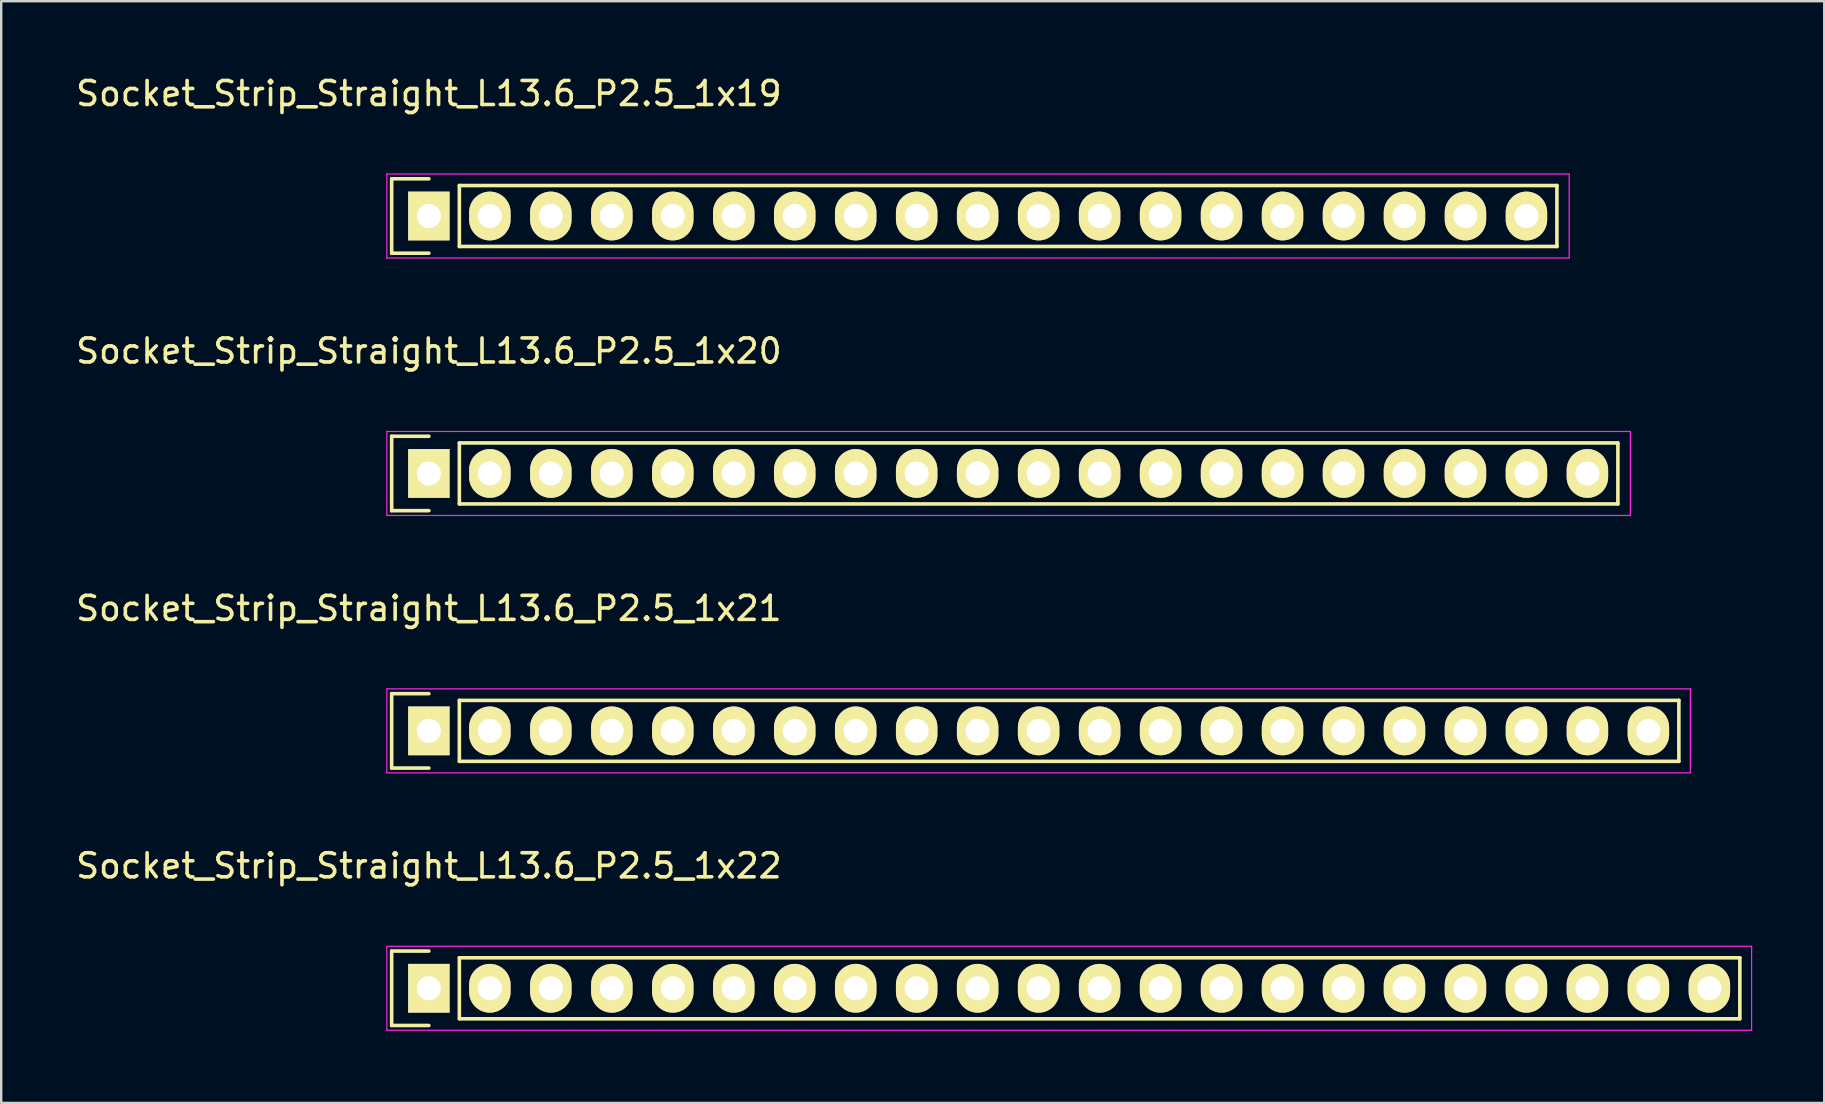
<source format=kicad_pcb>
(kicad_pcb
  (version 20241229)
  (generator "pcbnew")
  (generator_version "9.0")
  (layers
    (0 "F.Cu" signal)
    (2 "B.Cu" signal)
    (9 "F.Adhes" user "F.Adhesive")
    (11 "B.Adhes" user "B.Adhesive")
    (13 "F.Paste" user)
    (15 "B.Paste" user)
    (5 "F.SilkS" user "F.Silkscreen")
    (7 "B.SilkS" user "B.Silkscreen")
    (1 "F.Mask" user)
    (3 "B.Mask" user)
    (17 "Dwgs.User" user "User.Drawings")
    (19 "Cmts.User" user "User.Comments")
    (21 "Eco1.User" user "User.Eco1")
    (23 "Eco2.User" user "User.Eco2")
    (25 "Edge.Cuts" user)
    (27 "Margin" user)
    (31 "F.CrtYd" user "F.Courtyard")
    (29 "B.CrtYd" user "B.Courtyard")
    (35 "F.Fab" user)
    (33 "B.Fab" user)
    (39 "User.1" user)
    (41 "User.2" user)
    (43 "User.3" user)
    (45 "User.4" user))
  (footprint "Socket_Strip_Straight_L13.6_P2.5_1x22"
    (layer "F.Cu")
    (at 14.815 38.118)
    (property "Reference" "Socket_Strip_Straight_L13.6_P2.5_1x22" (at 0 -5.1 0) (layer "F.SilkS") (effects (font (size 1 1) (thickness 0.15))))
    (attr through_hole)
    (fp_line (start -1.55 -1.55) (end -1.55 1.55) (stroke (width 0.15) (type solid)) (layer "F.SilkS"))
    (fp_line (start -1.55 1.55) (end 0 1.55) (stroke (width 0.15) (type solid)) (layer "F.SilkS"))
    (fp_line (start 0 -1.55) (end -1.55 -1.55) (stroke (width 0.15) (type solid)) (layer "F.SilkS"))
    (fp_line (start 1.27 -1.27) (end 54.61 -1.27) (stroke (width 0.15) (type solid)) (layer "F.SilkS"))
    (fp_line (start 1.27 1.27) (end 1.27 -1.27) (stroke (width 0.15) (type solid)) (layer "F.SilkS"))
    (fp_line (start 54.61 -1.27) (end 54.61 1.27) (stroke (width 0.15) (type solid)) (layer "F.SilkS"))
    (fp_line (start 54.61 1.27) (end 1.27 1.27) (stroke (width 0.15) (type solid)) (layer "F.SilkS"))
    (fp_line (start -1.75 -1.75) (end -1.75 1.75) (stroke (width 0.05) (type solid)) (layer "F.CrtYd"))
    (fp_line (start -1.75 -1.75) (end 55.1 -1.75) (stroke (width 0.05) (type solid)) (layer "F.CrtYd"))
    (fp_line (start -1.75 1.75) (end 55.1 1.75) (stroke (width 0.05) (type solid)) (layer "F.CrtYd"))
    (fp_line (start 55.1 -1.75) (end 55.1 1.75) (stroke (width 0.05) (type solid)) (layer "F.CrtYd"))
    (pad "1" thru_hole rect (at 0 0) (size 1.727 2.032) (drill 1) (layers "*.Cu" "*.Mask" "F.SilkS"))
    (pad "2" thru_hole oval (at 2.54 0) (size 1.727 2.032) (drill 1) (layers "*.Cu" "*.Mask" "F.SilkS"))
    (pad "3" thru_hole oval (at 5.08 0) (size 1.727 2.032) (drill 1) (layers "*.Cu" "*.Mask" "F.SilkS"))
    (pad "4" thru_hole oval (at 7.62 0) (size 1.727 2.032) (drill 1) (layers "*.Cu" "*.Mask" "F.SilkS"))
    (pad "5" thru_hole oval (at 10.16 0) (size 1.727 2.032) (drill 1) (layers "*.Cu" "*.Mask" "F.SilkS"))
    (pad "6" thru_hole oval (at 12.7 0) (size 1.727 2.032) (drill 1) (layers "*.Cu" "*.Mask" "F.SilkS"))
    (pad "7" thru_hole oval (at 15.24 0) (size 1.727 2.032) (drill 1) (layers "*.Cu" "*.Mask" "F.SilkS"))
    (pad "8" thru_hole oval (at 17.78 0) (size 1.727 2.032) (drill 1) (layers "*.Cu" "*.Mask" "F.SilkS"))
    (pad "9" thru_hole oval (at 20.32 0) (size 1.727 2.032) (drill 1) (layers "*.Cu" "*.Mask" "F.SilkS"))
    (pad "10" thru_hole oval (at 22.86 0) (size 1.727 2.032) (drill 1) (layers "*.Cu" "*.Mask" "F.SilkS"))
    (pad "11" thru_hole oval (at 25.4 0) (size 1.727 2.032) (drill 1) (layers "*.Cu" "*.Mask" "F.SilkS"))
    (pad "12" thru_hole oval (at 27.94 0) (size 1.727 2.032) (drill 1) (layers "*.Cu" "*.Mask" "F.SilkS"))
    (pad "13" thru_hole oval (at 30.48 0) (size 1.727 2.032) (drill 1) (layers "*.Cu" "*.Mask" "F.SilkS"))
    (pad "14" thru_hole oval (at 33.02 0) (size 1.727 2.032) (drill 1) (layers "*.Cu" "*.Mask" "F.SilkS"))
    (pad "15" thru_hole oval (at 35.56 0) (size 1.727 2.032) (drill 1) (layers "*.Cu" "*.Mask" "F.SilkS"))
    (pad "16" thru_hole oval (at 38.1 0) (size 1.727 2.032) (drill 1) (layers "*.Cu" "*.Mask" "F.SilkS"))
    (pad "17" thru_hole oval (at 40.64 0) (size 1.727 2.032) (drill 1) (layers "*.Cu" "*.Mask" "F.SilkS"))
    (pad "18" thru_hole oval (at 43.18 0) (size 1.727 2.032) (drill 1) (layers "*.Cu" "*.Mask" "F.SilkS"))
    (pad "19" thru_hole oval (at 45.72 0) (size 1.727 2.032) (drill 1) (layers "*.Cu" "*.Mask" "F.SilkS"))
    (pad "20" thru_hole oval (at 48.26 0) (size 1.727 2.032) (drill 1) (layers "*.Cu" "*.Mask" "F.SilkS"))
    (pad "21" thru_hole oval (at 50.8 0) (size 1.727 2.032) (drill 1) (layers "*.Cu" "*.Mask" "F.SilkS"))
    (pad "22" thru_hole oval (at 53.34 0) (size 1.727 2.032) (drill 1) (layers "*.Cu" "*.Mask" "F.SilkS")))
  (footprint "Socket_Strip_Straight_L13.6_P2.5_1x20"
    (layer "F.Cu")
    (at 14.815 16.672)
    (property "Reference" "Socket_Strip_Straight_L13.6_P2.5_1x20" (at 0 -5.1 0) (layer "F.SilkS") (effects (font (size 1 1) (thickness 0.15))))
    (attr through_hole)
    (fp_line (start -1.55 -1.55) (end -1.55 1.55) (stroke (width 0.15) (type solid)) (layer "F.SilkS"))
    (fp_line (start -1.55 1.55) (end 0 1.55) (stroke (width 0.15) (type solid)) (layer "F.SilkS"))
    (fp_line (start 0 -1.55) (end -1.55 -1.55) (stroke (width 0.15) (type solid)) (layer "F.SilkS"))
    (fp_line (start 1.27 1.27) (end 1.27 -1.27) (stroke (width 0.15) (type solid)) (layer "F.SilkS"))
    (fp_line (start 1.27 1.27) (end 49.53 1.27) (stroke (width 0.15) (type solid)) (layer "F.SilkS"))
    (fp_line (start 49.53 -1.27) (end 1.27 -1.27) (stroke (width 0.15) (type solid)) (layer "F.SilkS"))
    (fp_line (start 49.53 1.27) (end 49.53 -1.27) (stroke (width 0.15) (type solid)) (layer "F.SilkS"))
    (fp_line (start -1.75 -1.75) (end -1.75 1.75) (stroke (width 0.05) (type solid)) (layer "F.CrtYd"))
    (fp_line (start -1.75 -1.75) (end 50.05 -1.75) (stroke (width 0.05) (type solid)) (layer "F.CrtYd"))
    (fp_line (start -1.75 1.75) (end 50.05 1.75) (stroke (width 0.05) (type solid)) (layer "F.CrtYd"))
    (fp_line (start 50.05 -1.75) (end 50.05 1.75) (stroke (width 0.05) (type solid)) (layer "F.CrtYd"))
    (pad "1" thru_hole rect (at 0 0) (size 1.727 2.032) (drill 1) (layers "*.Cu" "*.Mask" "F.SilkS"))
    (pad "2" thru_hole oval (at 2.54 0) (size 1.727 2.032) (drill 1) (layers "*.Cu" "*.Mask" "F.SilkS"))
    (pad "3" thru_hole oval (at 5.08 0) (size 1.727 2.032) (drill 1) (layers "*.Cu" "*.Mask" "F.SilkS"))
    (pad "4" thru_hole oval (at 7.62 0) (size 1.727 2.032) (drill 1) (layers "*.Cu" "*.Mask" "F.SilkS"))
    (pad "5" thru_hole oval (at 10.16 0) (size 1.727 2.032) (drill 1) (layers "*.Cu" "*.Mask" "F.SilkS"))
    (pad "6" thru_hole oval (at 12.7 0) (size 1.727 2.032) (drill 1) (layers "*.Cu" "*.Mask" "F.SilkS"))
    (pad "7" thru_hole oval (at 15.24 0) (size 1.727 2.032) (drill 1) (layers "*.Cu" "*.Mask" "F.SilkS"))
    (pad "8" thru_hole oval (at 17.78 0) (size 1.727 2.032) (drill 1) (layers "*.Cu" "*.Mask" "F.SilkS"))
    (pad "9" thru_hole oval (at 20.32 0) (size 1.727 2.032) (drill 1) (layers "*.Cu" "*.Mask" "F.SilkS"))
    (pad "10" thru_hole oval (at 22.86 0) (size 1.727 2.032) (drill 1) (layers "*.Cu" "*.Mask" "F.SilkS"))
    (pad "11" thru_hole oval (at 25.4 0) (size 1.727 2.032) (drill 1) (layers "*.Cu" "*.Mask" "F.SilkS"))
    (pad "12" thru_hole oval (at 27.94 0) (size 1.727 2.032) (drill 1) (layers "*.Cu" "*.Mask" "F.SilkS"))
    (pad "13" thru_hole oval (at 30.48 0) (size 1.727 2.032) (drill 1) (layers "*.Cu" "*.Mask" "F.SilkS"))
    (pad "14" thru_hole oval (at 33.02 0) (size 1.727 2.032) (drill 1) (layers "*.Cu" "*.Mask" "F.SilkS"))
    (pad "15" thru_hole oval (at 35.56 0) (size 1.727 2.032) (drill 1) (layers "*.Cu" "*.Mask" "F.SilkS"))
    (pad "16" thru_hole oval (at 38.1 0) (size 1.727 2.032) (drill 1) (layers "*.Cu" "*.Mask" "F.SilkS"))
    (pad "17" thru_hole oval (at 40.64 0) (size 1.727 2.032) (drill 1) (layers "*.Cu" "*.Mask" "F.SilkS"))
    (pad "18" thru_hole oval (at 43.18 0) (size 1.727 2.032) (drill 1) (layers "*.Cu" "*.Mask" "F.SilkS"))
    (pad "19" thru_hole oval (at 45.72 0) (size 1.727 2.032) (drill 1) (layers "*.Cu" "*.Mask" "F.SilkS"))
    (pad "20" thru_hole oval (at 48.26 0) (size 1.727 2.032) (drill 1) (layers "*.Cu" "*.Mask" "F.SilkS")))
  (footprint "Socket_Strip_Straight_L13.6_P2.5_1x21"
    (layer "F.Cu")
    (at 14.815 27.395)
    (property "Reference" "Socket_Strip_Straight_L13.6_P2.5_1x21" (at 0 -5.1 0) (layer "F.SilkS") (effects (font (size 1 1) (thickness 0.15))))
    (attr through_hole)
    (fp_line (start -1.55 -1.55) (end -1.55 1.55) (stroke (width 0.15) (type solid)) (layer "F.SilkS"))
    (fp_line (start -1.55 1.55) (end 0 1.55) (stroke (width 0.15) (type solid)) (layer "F.SilkS"))
    (fp_line (start 0 -1.55) (end -1.55 -1.55) (stroke (width 0.15) (type solid)) (layer "F.SilkS"))
    (fp_line (start 1.27 1.27) (end 1.27 -1.27) (stroke (width 0.15) (type solid)) (layer "F.SilkS"))
    (fp_line (start 1.27 1.27) (end 52.07 1.27) (stroke (width 0.15) (type solid)) (layer "F.SilkS"))
    (fp_line (start 52.07 -1.27) (end 1.27 -1.27) (stroke (width 0.15) (type solid)) (layer "F.SilkS"))
    (fp_line (start 52.07 1.27) (end 52.07 -1.27) (stroke (width 0.15) (type solid)) (layer "F.SilkS"))
    (fp_line (start -1.75 -1.75) (end -1.75 1.75) (stroke (width 0.05) (type solid)) (layer "F.CrtYd"))
    (fp_line (start -1.75 -1.75) (end 52.55 -1.75) (stroke (width 0.05) (type solid)) (layer "F.CrtYd"))
    (fp_line (start -1.75 1.75) (end 52.55 1.75) (stroke (width 0.05) (type solid)) (layer "F.CrtYd"))
    (fp_line (start 52.55 -1.75) (end 52.55 1.75) (stroke (width 0.05) (type solid)) (layer "F.CrtYd"))
    (pad "1" thru_hole rect (at 0 0) (size 1.727 2.032) (drill 1) (layers "*.Cu" "*.Mask" "F.SilkS"))
    (pad "2" thru_hole oval (at 2.54 0) (size 1.727 2.032) (drill 1) (layers "*.Cu" "*.Mask" "F.SilkS"))
    (pad "3" thru_hole oval (at 5.08 0) (size 1.727 2.032) (drill 1) (layers "*.Cu" "*.Mask" "F.SilkS"))
    (pad "4" thru_hole oval (at 7.62 0) (size 1.727 2.032) (drill 1) (layers "*.Cu" "*.Mask" "F.SilkS"))
    (pad "5" thru_hole oval (at 10.16 0) (size 1.727 2.032) (drill 1) (layers "*.Cu" "*.Mask" "F.SilkS"))
    (pad "6" thru_hole oval (at 12.7 0) (size 1.727 2.032) (drill 1) (layers "*.Cu" "*.Mask" "F.SilkS"))
    (pad "7" thru_hole oval (at 15.24 0) (size 1.727 2.032) (drill 1) (layers "*.Cu" "*.Mask" "F.SilkS"))
    (pad "8" thru_hole oval (at 17.78 0) (size 1.727 2.032) (drill 1) (layers "*.Cu" "*.Mask" "F.SilkS"))
    (pad "9" thru_hole oval (at 20.32 0) (size 1.727 2.032) (drill 1) (layers "*.Cu" "*.Mask" "F.SilkS"))
    (pad "10" thru_hole oval (at 22.86 0) (size 1.727 2.032) (drill 1) (layers "*.Cu" "*.Mask" "F.SilkS"))
    (pad "11" thru_hole oval (at 25.4 0) (size 1.727 2.032) (drill 1) (layers "*.Cu" "*.Mask" "F.SilkS"))
    (pad "12" thru_hole oval (at 27.94 0) (size 1.727 2.032) (drill 1) (layers "*.Cu" "*.Mask" "F.SilkS"))
    (pad "13" thru_hole oval (at 30.48 0) (size 1.727 2.032) (drill 1) (layers "*.Cu" "*.Mask" "F.SilkS"))
    (pad "14" thru_hole oval (at 33.02 0) (size 1.727 2.032) (drill 1) (layers "*.Cu" "*.Mask" "F.SilkS"))
    (pad "15" thru_hole oval (at 35.56 0) (size 1.727 2.032) (drill 1) (layers "*.Cu" "*.Mask" "F.SilkS"))
    (pad "16" thru_hole oval (at 38.1 0) (size 1.727 2.032) (drill 1) (layers "*.Cu" "*.Mask" "F.SilkS"))
    (pad "17" thru_hole oval (at 40.64 0) (size 1.727 2.032) (drill 1) (layers "*.Cu" "*.Mask" "F.SilkS"))
    (pad "18" thru_hole oval (at 43.18 0) (size 1.727 2.032) (drill 1) (layers "*.Cu" "*.Mask" "F.SilkS"))
    (pad "19" thru_hole oval (at 45.72 0) (size 1.727 2.032) (drill 1) (layers "*.Cu" "*.Mask" "F.SilkS"))
    (pad "20" thru_hole oval (at 48.26 0) (size 1.727 2.032) (drill 1) (layers "*.Cu" "*.Mask" "F.SilkS"))
    (pad "21" thru_hole oval (at 50.8 0) (size 1.727 2.032) (drill 1) (layers "*.Cu" "*.Mask" "F.SilkS")))
  (footprint "Socket_Strip_Straight_L13.6_P2.5_1x19"
    (layer "F.Cu")
    (at 14.815 5.948)
    (property "Reference" "Socket_Strip_Straight_L13.6_P2.5_1x19" (at 0 -5.1 0) (layer "F.SilkS") (effects (font (size 1 1) (thickness 0.15))))
    (attr through_hole)
    (fp_line (start -1.55 -1.55) (end -1.55 1.55) (stroke (width 0.15) (type solid)) (layer "F.SilkS"))
    (fp_line (start -1.55 1.55) (end 0 1.55) (stroke (width 0.15) (type solid)) (layer "F.SilkS"))
    (fp_line (start 0 -1.55) (end -1.55 -1.55) (stroke (width 0.15) (type solid)) (layer "F.SilkS"))
    (fp_line (start 1.27 1.27) (end 1.27 -1.27) (stroke (width 0.15) (type solid)) (layer "F.SilkS"))
    (fp_line (start 1.27 1.27) (end 46.99 1.27) (stroke (width 0.15) (type solid)) (layer "F.SilkS"))
    (fp_line (start 46.99 -1.27) (end 1.27 -1.27) (stroke (width 0.15) (type solid)) (layer "F.SilkS"))
    (fp_line (start 46.99 1.27) (end 46.99 -1.27) (stroke (width 0.15) (type solid)) (layer "F.SilkS"))
    (fp_line (start -1.75 -1.75) (end -1.75 1.75) (stroke (width 0.05) (type solid)) (layer "F.CrtYd"))
    (fp_line (start -1.75 -1.75) (end 47.5 -1.75) (stroke (width 0.05) (type solid)) (layer "F.CrtYd"))
    (fp_line (start -1.75 1.75) (end 47.5 1.75) (stroke (width 0.05) (type solid)) (layer "F.CrtYd"))
    (fp_line (start 47.5 -1.75) (end 47.5 1.75) (stroke (width 0.05) (type solid)) (layer "F.CrtYd"))
    (pad "1" thru_hole rect (at 0 0) (size 1.727 2.032) (drill 1) (layers "*.Cu" "*.Mask" "F.SilkS"))
    (pad "2" thru_hole oval (at 2.54 0) (size 1.727 2.032) (drill 1) (layers "*.Cu" "*.Mask" "F.SilkS"))
    (pad "3" thru_hole oval (at 5.08 0) (size 1.727 2.032) (drill 1) (layers "*.Cu" "*.Mask" "F.SilkS"))
    (pad "4" thru_hole oval (at 7.62 0) (size 1.727 2.032) (drill 1) (layers "*.Cu" "*.Mask" "F.SilkS"))
    (pad "5" thru_hole oval (at 10.16 0) (size 1.727 2.032) (drill 1) (layers "*.Cu" "*.Mask" "F.SilkS"))
    (pad "6" thru_hole oval (at 12.7 0) (size 1.727 2.032) (drill 1) (layers "*.Cu" "*.Mask" "F.SilkS"))
    (pad "7" thru_hole oval (at 15.24 0) (size 1.727 2.032) (drill 1) (layers "*.Cu" "*.Mask" "F.SilkS"))
    (pad "8" thru_hole oval (at 17.78 0) (size 1.727 2.032) (drill 1) (layers "*.Cu" "*.Mask" "F.SilkS"))
    (pad "9" thru_hole oval (at 20.32 0) (size 1.727 2.032) (drill 1) (layers "*.Cu" "*.Mask" "F.SilkS"))
    (pad "10" thru_hole oval (at 22.86 0) (size 1.727 2.032) (drill 1) (layers "*.Cu" "*.Mask" "F.SilkS"))
    (pad "11" thru_hole oval (at 25.4 0) (size 1.727 2.032) (drill 1) (layers "*.Cu" "*.Mask" "F.SilkS"))
    (pad "12" thru_hole oval (at 27.94 0) (size 1.727 2.032) (drill 1) (layers "*.Cu" "*.Mask" "F.SilkS"))
    (pad "13" thru_hole oval (at 30.48 0) (size 1.727 2.032) (drill 1) (layers "*.Cu" "*.Mask" "F.SilkS"))
    (pad "14" thru_hole oval (at 33.02 0) (size 1.727 2.032) (drill 1) (layers "*.Cu" "*.Mask" "F.SilkS"))
    (pad "15" thru_hole oval (at 35.56 0) (size 1.727 2.032) (drill 1) (layers "*.Cu" "*.Mask" "F.SilkS"))
    (pad "16" thru_hole oval (at 38.1 0) (size 1.727 2.032) (drill 1) (layers "*.Cu" "*.Mask" "F.SilkS"))
    (pad "17" thru_hole oval (at 40.64 0) (size 1.727 2.032) (drill 1) (layers "*.Cu" "*.Mask" "F.SilkS"))
    (pad "18" thru_hole oval (at 43.18 0) (size 1.727 2.032) (drill 1) (layers "*.Cu" "*.Mask" "F.SilkS"))
    (pad "19" thru_hole oval (at 45.72 0) (size 1.727 2.032) (drill 1) (layers "*.Cu" "*.Mask" "F.SilkS")))
  (gr_rect
    (start -3 -3)
    (end 72.94 42.893)
    (stroke (width 0.1) (type default))
    (fill no)
    (layer "Edge.Cuts")))
</source>
